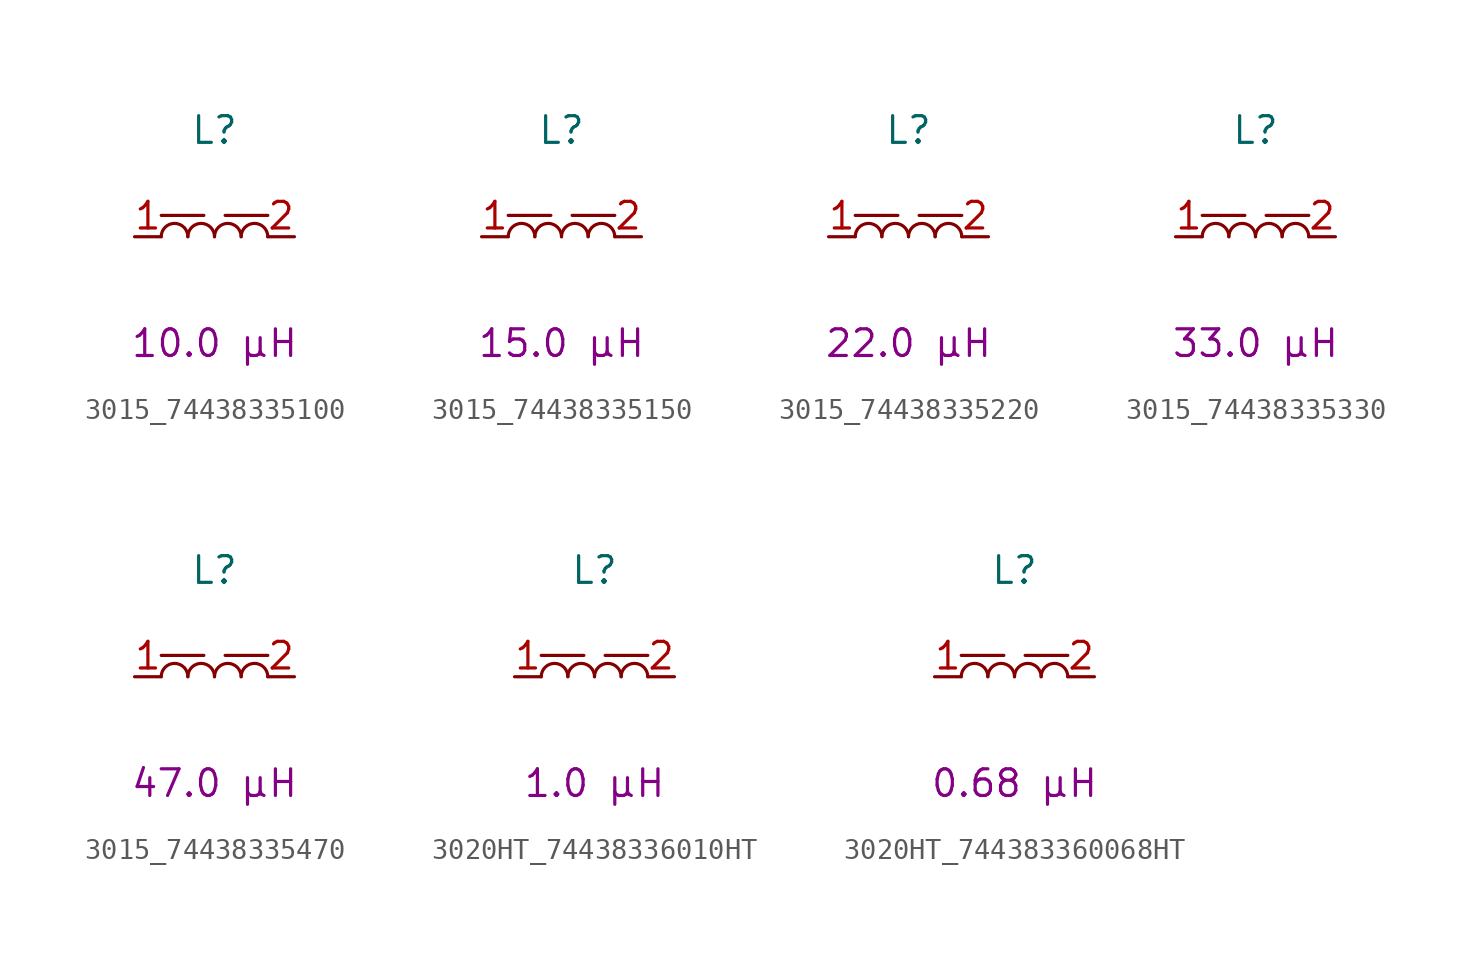
<source format=kicad_sym>
(kicad_symbol_lib
  (version 20220914)
  (generator kicad_symbol_editor)
  (symbol "3015_74438335100"
    (pin_names hide)
    (property "Reference" "L"
      (at 0 5.08 0)
      (effects (font (size 1.27 1.27))))
    (property "Critical Parameter" "10.0 µH"
      (at 0 -5.08 0)
      (effects (font (size 1.27 1.27))))
    (symbol "3015_74438335100_0_1"
      (arc (start -1.27 0) (mid -1.905 0.6323) (end -2.54 0) (stroke (width 0) (type default)) (fill (type none)))
      (arc (start 0 0) (mid -0.635 0.6323) (end -1.27 0) (stroke (width 0) (type default)) (fill (type none)))
      (polyline (pts (xy -2.54 1.016) (xy -0.508 1.016)) (stroke (width 0) (type default)) (fill (type none)))
      (arc (start 1.27 0) (mid 0.635 0.6323) (end 0 0) (stroke (width 0) (type default)) (fill (type none)))
      (arc (start 2.54 0) (mid 1.905 0.6323) (end 1.27 0) (stroke (width 0) (type default)) (fill (type none))))
    (symbol "3015_74438335100_1_1"
      (polyline (pts (xy 2.54 1.016) (xy 0.508 1.016)) (stroke (width 0) (type default)) (fill (type none)))
      (pin passive line (at -3.81 0 0) (length 1.27) (name "1" (effects (font (size 1.27 1.27)))) (number "1" (effects (font (size 1.27 1.27)))))
      (pin passive line (at 3.81 0 180) (length 1.27) (name "2" (effects (font (size 1.27 1.27)))) (number "2" (effects (font (size 1.27 1.27)))))))
  (symbol "3015_74438335150"
    (pin_names hide)
    (property "Reference" "L"
      (at 0 5.08 0)
      (effects (font (size 1.27 1.27))))
    (property "Critical Parameter" "15.0 µH"
      (at 0 -5.08 0)
      (effects (font (size 1.27 1.27))))
    (symbol "3015_74438335150_0_1"
      (arc (start -1.27 0) (mid -1.905 0.6323) (end -2.54 0) (stroke (width 0) (type default)) (fill (type none)))
      (arc (start 0 0) (mid -0.635 0.6323) (end -1.27 0) (stroke (width 0) (type default)) (fill (type none)))
      (polyline (pts (xy -2.54 1.016) (xy -0.508 1.016)) (stroke (width 0) (type default)) (fill (type none)))
      (arc (start 1.27 0) (mid 0.635 0.6323) (end 0 0) (stroke (width 0) (type default)) (fill (type none)))
      (arc (start 2.54 0) (mid 1.905 0.6323) (end 1.27 0) (stroke (width 0) (type default)) (fill (type none))))
    (symbol "3015_74438335150_1_1"
      (polyline (pts (xy 2.54 1.016) (xy 0.508 1.016)) (stroke (width 0) (type default)) (fill (type none)))
      (pin passive line (at -3.81 0 0) (length 1.27) (name "1" (effects (font (size 1.27 1.27)))) (number "1" (effects (font (size 1.27 1.27)))))
      (pin passive line (at 3.81 0 180) (length 1.27) (name "2" (effects (font (size 1.27 1.27)))) (number "2" (effects (font (size 1.27 1.27)))))))
  (symbol "3015_74438335220"
    (pin_names hide)
    (property "Reference" "L"
      (at 0 5.08 0)
      (effects (font (size 1.27 1.27))))
    (property "Critical Parameter" "22.0 µH"
      (at 0 -5.08 0)
      (effects (font (size 1.27 1.27))))
    (symbol "3015_74438335220_0_1"
      (arc (start -1.27 0) (mid -1.905 0.6323) (end -2.54 0) (stroke (width 0) (type default)) (fill (type none)))
      (arc (start 0 0) (mid -0.635 0.6323) (end -1.27 0) (stroke (width 0) (type default)) (fill (type none)))
      (polyline (pts (xy -2.54 1.016) (xy -0.508 1.016)) (stroke (width 0) (type default)) (fill (type none)))
      (arc (start 1.27 0) (mid 0.635 0.6323) (end 0 0) (stroke (width 0) (type default)) (fill (type none)))
      (arc (start 2.54 0) (mid 1.905 0.6323) (end 1.27 0) (stroke (width 0) (type default)) (fill (type none))))
    (symbol "3015_74438335220_1_1"
      (polyline (pts (xy 2.54 1.016) (xy 0.508 1.016)) (stroke (width 0) (type default)) (fill (type none)))
      (pin passive line (at -3.81 0 0) (length 1.27) (name "1" (effects (font (size 1.27 1.27)))) (number "1" (effects (font (size 1.27 1.27)))))
      (pin passive line (at 3.81 0 180) (length 1.27) (name "2" (effects (font (size 1.27 1.27)))) (number "2" (effects (font (size 1.27 1.27)))))))
  (symbol "3015_74438335330"
    (pin_names hide)
    (property "Reference" "L"
      (at 0 5.08 0)
      (effects (font (size 1.27 1.27))))
    (property "Critical Parameter" "33.0 µH"
      (at 0 -5.08 0)
      (effects (font (size 1.27 1.27))))
    (symbol "3015_74438335330_0_1"
      (arc (start -1.27 0) (mid -1.905 0.6323) (end -2.54 0) (stroke (width 0) (type default)) (fill (type none)))
      (arc (start 0 0) (mid -0.635 0.6323) (end -1.27 0) (stroke (width 0) (type default)) (fill (type none)))
      (polyline (pts (xy -2.54 1.016) (xy -0.508 1.016)) (stroke (width 0) (type default)) (fill (type none)))
      (arc (start 1.27 0) (mid 0.635 0.6323) (end 0 0) (stroke (width 0) (type default)) (fill (type none)))
      (arc (start 2.54 0) (mid 1.905 0.6323) (end 1.27 0) (stroke (width 0) (type default)) (fill (type none))))
    (symbol "3015_74438335330_1_1"
      (polyline (pts (xy 2.54 1.016) (xy 0.508 1.016)) (stroke (width 0) (type default)) (fill (type none)))
      (pin passive line (at -3.81 0 0) (length 1.27) (name "1" (effects (font (size 1.27 1.27)))) (number "1" (effects (font (size 1.27 1.27)))))
      (pin passive line (at 3.81 0 180) (length 1.27) (name "2" (effects (font (size 1.27 1.27)))) (number "2" (effects (font (size 1.27 1.27)))))))
  (symbol "3015_74438335470"
    (pin_names hide)
    (property "Reference" "L"
      (at 0 5.08 0)
      (effects (font (size 1.27 1.27))))
    (property "Critical Parameter" "47.0 µH"
      (at 0 -5.08 0)
      (effects (font (size 1.27 1.27))))
    (symbol "3015_74438335470_0_1"
      (arc (start -1.27 0) (mid -1.905 0.6323) (end -2.54 0) (stroke (width 0) (type default)) (fill (type none)))
      (arc (start 0 0) (mid -0.635 0.6323) (end -1.27 0) (stroke (width 0) (type default)) (fill (type none)))
      (polyline (pts (xy -2.54 1.016) (xy -0.508 1.016)) (stroke (width 0) (type default)) (fill (type none)))
      (arc (start 1.27 0) (mid 0.635 0.6323) (end 0 0) (stroke (width 0) (type default)) (fill (type none)))
      (arc (start 2.54 0) (mid 1.905 0.6323) (end 1.27 0) (stroke (width 0) (type default)) (fill (type none))))
    (symbol "3015_74438335470_1_1"
      (polyline (pts (xy 2.54 1.016) (xy 0.508 1.016)) (stroke (width 0) (type default)) (fill (type none)))
      (pin passive line (at -3.81 0 0) (length 1.27) (name "1" (effects (font (size 1.27 1.27)))) (number "1" (effects (font (size 1.27 1.27)))))
      (pin passive line (at 3.81 0 180) (length 1.27) (name "2" (effects (font (size 1.27 1.27)))) (number "2" (effects (font (size 1.27 1.27)))))))
  (symbol "3020HT_74438336010HT"
    (pin_names hide)
    (property "Reference" "L"
      (at 0 5.08 0)
      (effects (font (size 1.27 1.27))))
    (property "Critical Parameter" "1.0 µH"
      (at 0 -5.08 0)
      (effects (font (size 1.27 1.27))))
    (symbol "3020HT_74438336010HT_0_1"
      (arc (start -1.27 0) (mid -1.905 0.6323) (end -2.54 0) (stroke (width 0) (type default)) (fill (type none)))
      (arc (start 0 0) (mid -0.635 0.6323) (end -1.27 0) (stroke (width 0) (type default)) (fill (type none)))
      (polyline (pts (xy -2.54 1.016) (xy -0.508 1.016)) (stroke (width 0) (type default)) (fill (type none)))
      (arc (start 1.27 0) (mid 0.635 0.6323) (end 0 0) (stroke (width 0) (type default)) (fill (type none)))
      (arc (start 2.54 0) (mid 1.905 0.6323) (end 1.27 0) (stroke (width 0) (type default)) (fill (type none))))
    (symbol "3020HT_74438336010HT_1_1"
      (polyline (pts (xy 2.54 1.016) (xy 0.508 1.016)) (stroke (width 0) (type default)) (fill (type none)))
      (pin passive line (at -3.81 0 0) (length 1.27) (name "1" (effects (font (size 1.27 1.27)))) (number "1" (effects (font (size 1.27 1.27)))))
      (pin passive line (at 3.81 0 180) (length 1.27) (name "2" (effects (font (size 1.27 1.27)))) (number "2" (effects (font (size 1.27 1.27)))))))
  (symbol "3020HT_744383360068HT"
    (pin_names hide)
    (property "Reference" "L"
      (at 0 5.08 0)
      (effects (font (size 1.27 1.27))))
    (property "Critical Parameter" "0.68 µH"
      (at 0 -5.08 0)
      (effects (font (size 1.27 1.27))))
    (symbol "3020HT_744383360068HT_0_1"
      (arc (start -1.27 0) (mid -1.905 0.6323) (end -2.54 0) (stroke (width 0) (type default)) (fill (type none)))
      (arc (start 0 0) (mid -0.635 0.6323) (end -1.27 0) (stroke (width 0) (type default)) (fill (type none)))
      (polyline (pts (xy -2.54 1.016) (xy -0.508 1.016)) (stroke (width 0) (type default)) (fill (type none)))
      (arc (start 1.27 0) (mid 0.635 0.6323) (end 0 0) (stroke (width 0) (type default)) (fill (type none)))
      (arc (start 2.54 0) (mid 1.905 0.6323) (end 1.27 0) (stroke (width 0) (type default)) (fill (type none))))
    (symbol "3020HT_744383360068HT_1_1"
      (polyline (pts (xy 2.54 1.016) (xy 0.508 1.016)) (stroke (width 0) (type default)) (fill (type none)))
      (pin passive line (at -3.81 0 0) (length 1.27) (name "1" (effects (font (size 1.27 1.27)))) (number "1" (effects (font (size 1.27 1.27)))))
      (pin passive line (at 3.81 0 180) (length 1.27) (name "2" (effects (font (size 1.27 1.27)))) (number "2" (effects (font (size 1.27 1.27))))))))
</source>
